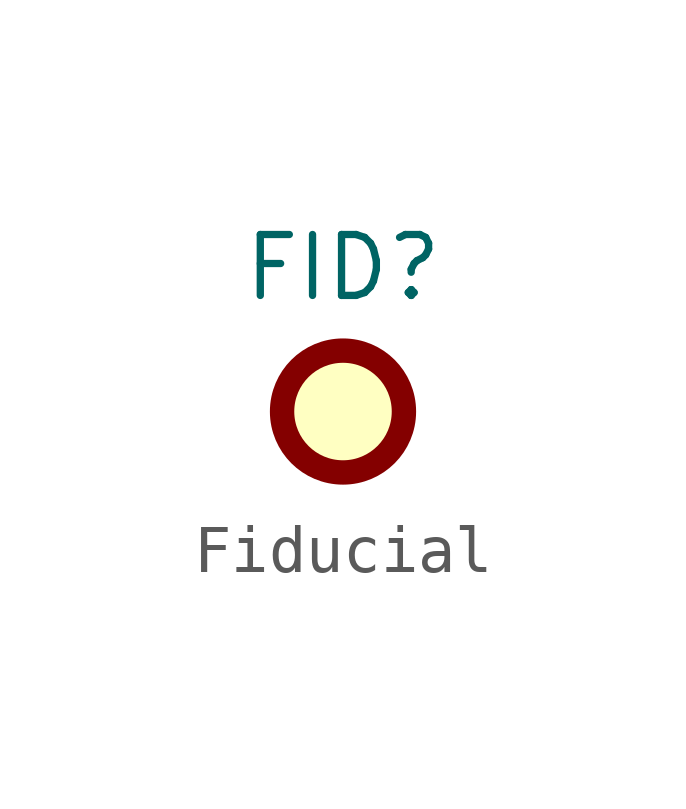
<source format=kicad_sym>
(kicad_symbol_lib
  (version 20211014)
  (generator kicad_symbol_editor)
  (symbol "Fiducial"
    (property "Reference" "FID"
      (at 0 3 0)
      (effects (font (size 1.27 1.27))))
    (symbol "Fiducial_0_1"
      (circle (center 0 0) (radius 1.27) (stroke (width 0.508) (type default) (color 0 0 0 0)) (fill (type background))))))
</source>
